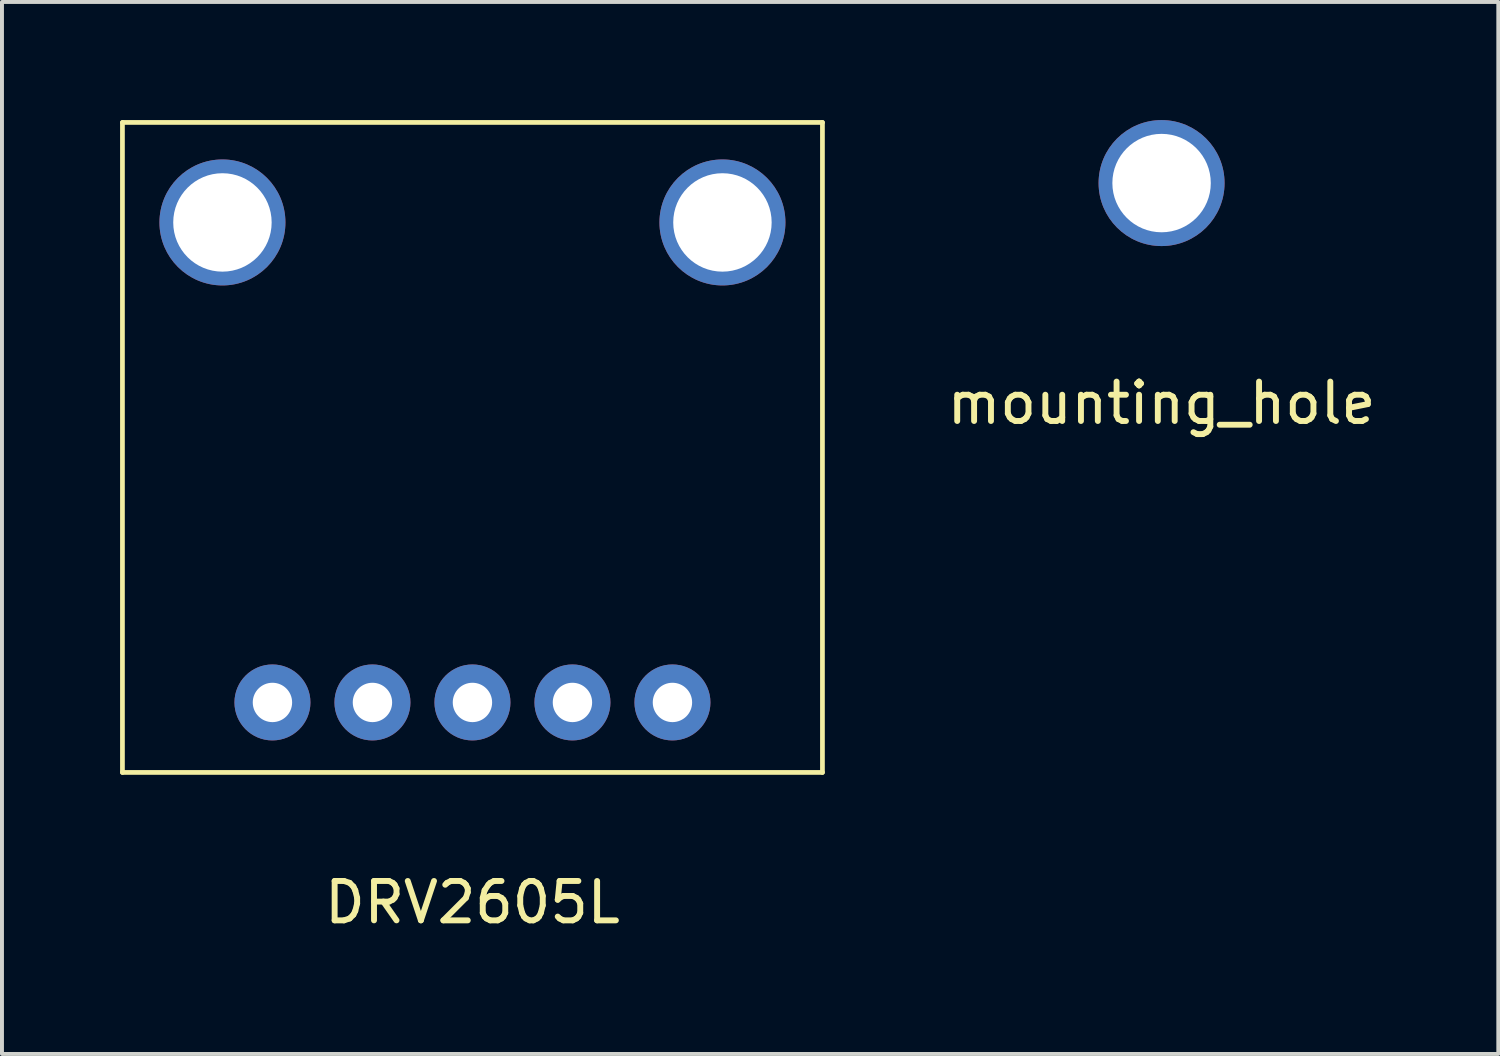
<source format=kicad_pcb>
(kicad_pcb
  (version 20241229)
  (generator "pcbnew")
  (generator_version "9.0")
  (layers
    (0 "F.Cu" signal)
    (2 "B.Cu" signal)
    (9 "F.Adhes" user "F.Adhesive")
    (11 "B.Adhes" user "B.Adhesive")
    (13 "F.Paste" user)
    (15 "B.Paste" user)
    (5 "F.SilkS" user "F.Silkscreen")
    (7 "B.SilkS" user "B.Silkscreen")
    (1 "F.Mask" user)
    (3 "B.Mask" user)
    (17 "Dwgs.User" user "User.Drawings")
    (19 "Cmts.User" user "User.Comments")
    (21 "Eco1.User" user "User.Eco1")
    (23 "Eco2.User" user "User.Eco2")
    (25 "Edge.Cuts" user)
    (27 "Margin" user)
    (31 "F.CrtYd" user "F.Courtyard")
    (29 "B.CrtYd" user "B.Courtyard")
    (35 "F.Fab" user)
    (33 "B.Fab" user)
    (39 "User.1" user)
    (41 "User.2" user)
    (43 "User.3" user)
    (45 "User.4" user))
  (footprint "DRV2605L"
    (layer "F.Cu")
    (at 8.95 16.57)
    (property "Reference" "DRV2605L" (at 0 3.302 0) (layer "F.SilkS") (effects (font (size 1 1) (thickness 0.15))))
    (attr through_hole)
    (fp_line (start -8.89 -16.51) (end -8.89 0) (stroke (width 0.12) (type solid)) (layer "F.SilkS"))
    (fp_line (start -8.89 0) (end 8.89 0) (stroke (width 0.12) (type solid)) (layer "F.SilkS"))
    (fp_line (start 8.89 -16.51) (end -8.89 -16.51) (stroke (width 0.12) (type solid)) (layer "F.SilkS"))
    (fp_line (start 8.89 0) (end 8.89 -16.51) (stroke (width 0.12) (type solid)) (layer "F.SilkS"))
    (pad "" thru_hole circle (at -6.35 -13.97) (size 3.2 3.2) (drill 2.5) (layers "*.Cu" "*.Mask"))
    (pad "" thru_hole circle (at 6.35 -13.97) (size 3.2 3.2) (drill 2.5) (layers "*.Cu" "*.Mask"))
    (pad "1" thru_hole circle (at -5.08 -1.778) (size 1.93 1.93) (drill 1) (layers "*.Cu" "*.Mask"))
    (pad "2" thru_hole circle (at -2.54 -1.778) (size 1.93 1.93) (drill 1) (layers "*.Cu" "*.Mask"))
    (pad "3" thru_hole circle (at 0 -1.778) (size 1.93 1.93) (drill 1) (layers "*.Cu" "*.Mask"))
    (pad "4" thru_hole circle (at 2.54 -1.778) (size 1.93 1.93) (drill 1) (layers "*.Cu" "*.Mask"))
    (pad "5" thru_hole circle (at 5.08 -1.778) (size 1.93 1.93) (drill 1) (layers "*.Cu" "*.Mask")))
  (footprint "mounting_hole"
    (layer "F.Cu")
    (at 26.454 1.6)
    (property "Reference" "mounting_hole" (at 0 5.588 0) (layer "F.SilkS") (effects (font (size 1 1) (thickness 0.15))))
    (attr through_hole)
    (pad "" thru_hole circle (at 0 0) (size 3.2 3.2) (drill 2.5) (layers "*.Cu" "*.Mask")))
  (gr_rect
    (start -3 -3)
    (end 35.007 23.72)
    (stroke (width 0.1) (type default))
    (fill no)
    (layer "Edge.Cuts")))
</source>
